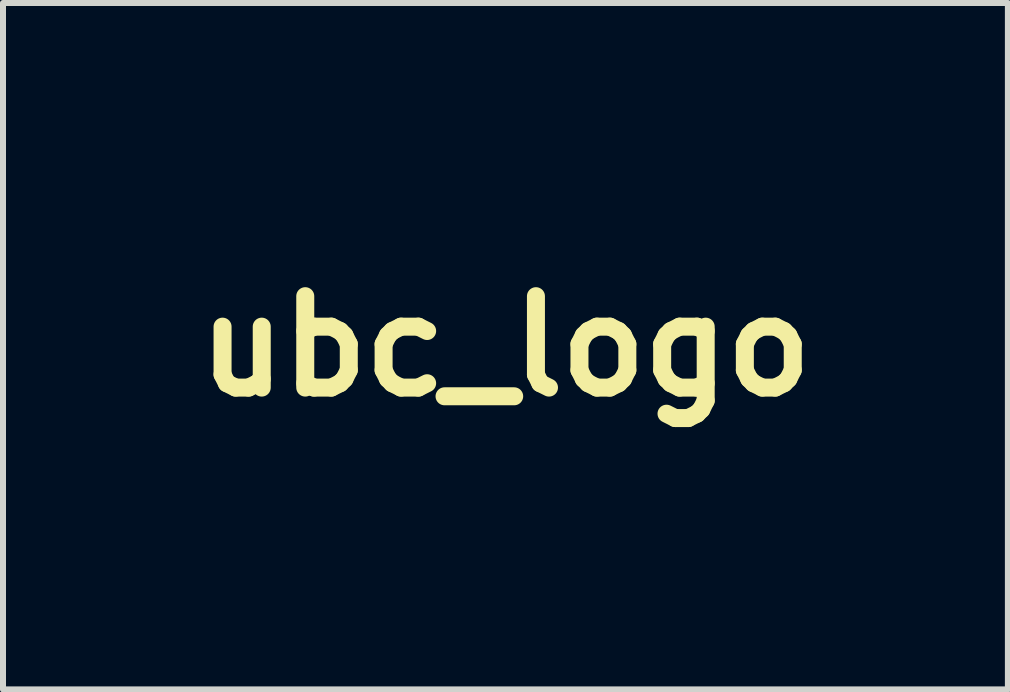
<source format=kicad_pcb>
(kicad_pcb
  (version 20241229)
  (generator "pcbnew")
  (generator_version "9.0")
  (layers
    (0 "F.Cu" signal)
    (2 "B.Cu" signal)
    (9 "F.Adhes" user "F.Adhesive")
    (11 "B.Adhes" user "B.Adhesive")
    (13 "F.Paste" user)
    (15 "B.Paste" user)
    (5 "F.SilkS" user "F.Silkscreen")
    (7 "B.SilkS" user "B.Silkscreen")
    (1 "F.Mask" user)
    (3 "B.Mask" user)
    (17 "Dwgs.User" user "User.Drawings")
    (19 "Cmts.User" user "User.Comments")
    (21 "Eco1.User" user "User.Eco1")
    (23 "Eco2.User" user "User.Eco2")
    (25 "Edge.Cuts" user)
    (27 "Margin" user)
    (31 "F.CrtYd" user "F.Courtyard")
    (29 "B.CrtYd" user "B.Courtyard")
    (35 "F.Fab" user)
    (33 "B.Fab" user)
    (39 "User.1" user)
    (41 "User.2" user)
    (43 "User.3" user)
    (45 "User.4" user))
  (footprint "ubc_logo"
    (layer "F.Cu")
    (at 5.378 2.723)
    (property "Reference" "ubc_logo" (at 0 0 0) (layer "F.SilkS") (effects (font (size 1.524 1.524) (thickness 0.3))))
    (attr through_hole)
    (fp_poly (pts (xy 0.24 -0.17) (xy 0.299 -0.151) (xy 0.33 -0.14) (xy 0.42 -0.115) (xy 0.508 -0.102) (xy 0.527 -0.102) (xy 0.577 -0.099) (xy 0.599 -0.085) (xy 0.594 -0.051) (xy 0.561 0.011) (xy 0.522 0.074) (xy 0.48 0.139) (xy 0.447 0.167) (xy 0.406 0.167) (xy 0.337 0.144) (xy 0.332 0.143) (xy 0.269 0.108) (xy 0.228 0.067) (xy 0.226 0.062) (xy 0.215 0.015) (xy 0.207 -0.051) (xy 0.204 -0.117) (xy 0.207 -0.165) (xy 0.213 -0.178) (xy 0.24 -0.17)) (stroke (width 0.01) (type solid)) (fill yes) (layer "F.Mask"))
    (fp_poly (pts (xy -0.211 -0.168) (xy -0.208 -0.14) (xy -0.212 -0.077) (xy -0.218 -0.03) (xy -0.231 0.048) (xy -0.253 0.093) (xy -0.295 0.121) (xy -0.334 0.138) (xy -0.4 0.163) (xy -0.445 0.177) (xy -0.452 0.178) (xy -0.474 0.158) (xy -0.512 0.107) (xy -0.54 0.062) (xy -0.579 -0.007) (xy -0.605 -0.06) (xy -0.61 -0.077) (xy -0.587 -0.094) (xy -0.533 -0.101) (xy -0.524 -0.102) (xy -0.444 -0.11) (xy -0.352 -0.132) (xy -0.329 -0.14) (xy -0.262 -0.161) (xy -0.219 -0.17) (xy -0.211 -0.168)) (stroke (width 0.01) (type solid)) (fill yes) (layer "F.Mask"))
    (fp_poly (pts (xy 1.197 -0.194) (xy 1.303 -0.171) (xy 1.365 -0.152) (xy 1.453 -0.125) (xy 1.53 -0.106) (xy 1.568 -0.102) (xy 1.601 -0.097) (xy 1.618 -0.076) (xy 1.625 -0.024) (xy 1.626 0.038) (xy 1.624 0.118) (xy 1.616 0.159) (xy 1.594 0.174) (xy 1.556 0.175) (xy 1.489 0.164) (xy 1.405 0.138) (xy 1.372 0.126) (xy 1.266 0.096) (xy 1.142 0.079) (xy 1.099 0.078) (xy 1.016 0.075) (xy 0.959 0.07) (xy 0.94 0.065) (xy 0.945 0.035) (xy 0.957 -0.027) (xy 0.967 -0.075) (xy 0.995 -0.203) (xy 1.108 -0.203) (xy 1.197 -0.194)) (stroke (width 0.01) (type solid)) (fill yes) (layer "F.Mask"))
    (fp_poly (pts (xy -1.036 -0.2) (xy -1.002 -0.183) (xy -0.986 -0.142) (xy -0.982 -0.121) (xy -0.966 -0.043) (xy -0.951 0.019) (xy -0.944 0.051) (xy -0.957 0.068) (xy -0.998 0.075) (xy -1.079 0.076) (xy -1.085 0.076) (xy -1.206 0.086) (xy -1.335 0.112) (xy -1.384 0.127) (xy -1.493 0.163) (xy -1.563 0.177) (xy -1.603 0.167) (xy -1.621 0.129) (xy -1.625 0.061) (xy -1.626 0.038) (xy -1.623 -0.043) (xy -1.613 -0.085) (xy -1.592 -0.1) (xy -1.578 -0.102) (xy -1.53 -0.109) (xy -1.452 -0.129) (xy -1.372 -0.152) (xy -1.269 -0.18) (xy -1.166 -0.198) (xy -1.105 -0.203) (xy -1.036 -0.2)) (stroke (width 0.01) (type solid)) (fill yes) (layer "F.Mask"))
    (fp_poly (pts (xy 1.285 -0.621) (xy 1.383 -0.594) (xy 1.476 -0.571) (xy 1.524 -0.561) (xy 1.576 -0.549) (xy 1.603 -0.528) (xy 1.615 -0.483) (xy 1.621 -0.412) (xy 1.624 -0.335) (xy 1.617 -0.296) (xy 1.595 -0.281) (xy 1.555 -0.279) (xy 1.49 -0.288) (xy 1.401 -0.309) (xy 1.333 -0.33) (xy 1.23 -0.359) (xy 1.123 -0.377) (xy 1.067 -0.381) (xy 0.974 -0.372) (xy 0.865 -0.349) (xy 0.8 -0.33) (xy 0.604 -0.288) (xy 0.407 -0.292) (xy 0.276 -0.323) (xy 0.207 -0.349) (xy 0.17 -0.377) (xy 0.153 -0.425) (xy 0.143 -0.491) (xy 0.137 -0.566) (xy 0.137 -0.619) (xy 0.141 -0.632) (xy 0.169 -0.631) (xy 0.232 -0.618) (xy 0.298 -0.598) (xy 0.474 -0.56) (xy 0.635 -0.564) (xy 0.76 -0.596) (xy 0.962 -0.646) (xy 1.152 -0.649) (xy 1.285 -0.621)) (stroke (width 0.01) (type solid)) (fill yes) (layer "F.Mask"))
    (fp_poly (pts (xy -0.918 -0.636) (xy -0.863 -0.621) (xy -0.727 -0.584) (xy -0.626 -0.562) (xy -0.548 -0.553) (xy -0.48 -0.556) (xy -0.408 -0.571) (xy -0.383 -0.577) (xy -0.27 -0.608) (xy -0.199 -0.625) (xy -0.16 -0.625) (xy -0.145 -0.605) (xy -0.145 -0.563) (xy -0.152 -0.504) (xy -0.162 -0.425) (xy -0.179 -0.38) (xy -0.217 -0.352) (xy -0.279 -0.326) (xy -0.453 -0.286) (xy -0.645 -0.293) (xy -0.809 -0.331) (xy -0.985 -0.372) (xy -1.144 -0.375) (xy -1.304 -0.342) (xy -1.34 -0.33) (xy -1.431 -0.302) (xy -1.514 -0.284) (xy -1.555 -0.279) (xy -1.597 -0.283) (xy -1.618 -0.301) (xy -1.625 -0.348) (xy -1.626 -0.406) (xy -1.623 -0.482) (xy -1.611 -0.522) (xy -1.582 -0.541) (xy -1.556 -0.548) (xy -1.494 -0.564) (xy -1.405 -0.59) (xy -1.335 -0.612) (xy -1.188 -0.649) (xy -1.057 -0.657) (xy -0.918 -0.636)) (stroke (width 0.01) (type solid)) (fill yes) (layer "F.Mask"))
    (fp_poly (pts (xy 1.457 -2.352) (xy 1.602 -2.309) (xy 1.586 -2.215) (xy 1.571 -2.129) (xy 1.554 -2.085) (xy 1.525 -2.076) (xy 1.474 -2.094) (xy 1.443 -2.108) (xy 1.299 -2.152) (xy 1.171 -2.151) (xy 1.062 -2.108) (xy 0.98 -2.028) (xy 0.929 -1.913) (xy 0.914 -1.792) (xy 0.933 -1.654) (xy 0.99 -1.549) (xy 1.074 -1.482) (xy 1.178 -1.45) (xy 1.303 -1.445) (xy 1.422 -1.466) (xy 1.475 -1.487) (xy 1.536 -1.511) (xy 1.574 -1.501) (xy 1.597 -1.452) (xy 1.608 -1.392) (xy 1.614 -1.335) (xy 1.603 -1.303) (xy 1.563 -1.281) (xy 1.503 -1.261) (xy 1.332 -1.22) (xy 1.182 -1.211) (xy 1.105 -1.219) (xy 0.938 -1.268) (xy 0.804 -1.355) (xy 0.704 -1.479) (xy 0.641 -1.637) (xy 0.635 -1.664) (xy 0.621 -1.84) (xy 0.65 -1.999) (xy 0.719 -2.136) (xy 0.821 -2.247) (xy 0.952 -2.328) (xy 1.107 -2.375) (xy 1.279 -2.384) (xy 1.457 -2.352)) (stroke (width 0.01) (type solid)) (fill yes) (layer "F.Mask"))
    (fp_poly (pts (xy -1.346 -2.006) (xy -1.344 -1.827) (xy -1.335 -1.691) (xy -1.319 -1.593) (xy -1.293 -1.526) (xy -1.255 -1.483) (xy -1.204 -1.457) (xy -1.189 -1.453) (xy -1.079 -1.444) (xy -0.978 -1.472) (xy -0.908 -1.526) (xy -0.891 -1.554) (xy -0.878 -1.593) (xy -0.87 -1.653) (xy -0.866 -1.74) (xy -0.864 -1.865) (xy -0.864 -1.971) (xy -0.864 -2.362) (xy -0.584 -2.362) (xy -0.585 -1.949) (xy -0.585 -1.793) (xy -0.588 -1.678) (xy -0.593 -1.596) (xy -0.601 -1.536) (xy -0.615 -1.491) (xy -0.634 -1.449) (xy -0.642 -1.435) (xy -0.727 -1.33) (xy -0.847 -1.26) (xy -1.002 -1.224) (xy -1.105 -1.219) (xy -1.23 -1.225) (xy -1.327 -1.246) (xy -1.398 -1.276) (xy -1.495 -1.343) (xy -1.563 -1.436) (xy -1.568 -1.447) (xy -1.59 -1.494) (xy -1.606 -1.542) (xy -1.616 -1.601) (xy -1.622 -1.679) (xy -1.625 -1.788) (xy -1.626 -1.936) (xy -1.626 -1.961) (xy -1.626 -2.362) (xy -1.346 -2.362) (xy -1.346 -2.006)) (stroke (width 0.01) (type solid)) (fill yes) (layer "F.Mask"))
    (fp_poly (pts (xy -0.944 -1.081) (xy -0.807 -1.051) (xy -0.775 -1.041) (xy -0.644 -1.004) (xy -0.533 -0.994) (xy -0.42 -1.011) (xy -0.315 -1.043) (xy -0.117 -1.087) (xy 0.09 -1.089) (xy 0.288 -1.05) (xy 0.311 -1.042) (xy 0.445 -1.004) (xy 0.561 -0.995) (xy 0.683 -1.016) (xy 0.762 -1.041) (xy 0.947 -1.083) (xy 1.146 -1.088) (xy 1.339 -1.056) (xy 1.384 -1.041) (xy 1.471 -1.014) (xy 1.544 -0.996) (xy 1.579 -0.991) (xy 1.606 -0.983) (xy 1.62 -0.953) (xy 1.625 -0.889) (xy 1.626 -0.851) (xy 1.623 -0.774) (xy 1.609 -0.729) (xy 1.576 -0.712) (xy 1.515 -0.721) (xy 1.417 -0.752) (xy 1.382 -0.765) (xy 1.172 -0.814) (xy 0.961 -0.813) (xy 0.768 -0.767) (xy 0.643 -0.729) (xy 0.541 -0.715) (xy 0.44 -0.725) (xy 0.318 -0.759) (xy 0.299 -0.766) (xy 0.102 -0.812) (xy -0.096 -0.813) (xy -0.307 -0.768) (xy -0.314 -0.766) (xy -0.432 -0.732) (xy -0.521 -0.716) (xy -0.601 -0.719) (xy -0.691 -0.74) (xy -0.769 -0.766) (xy -0.905 -0.801) (xy -1.045 -0.819) (xy -1.079 -0.82) (xy -1.213 -0.808) (xy -1.354 -0.777) (xy -1.39 -0.766) (xy -1.497 -0.73) (xy -1.566 -0.714) (xy -1.604 -0.722) (xy -1.621 -0.757) (xy -1.625 -0.822) (xy -1.626 -0.851) (xy -1.623 -0.932) (xy -1.613 -0.975) (xy -1.592 -0.99) (xy -1.579 -0.991) (xy -1.53 -0.999) (xy -1.453 -1.019) (xy -1.384 -1.041) (xy -1.253 -1.074) (xy -1.113 -1.091) (xy -1.079 -1.092) (xy -0.944 -1.081)) (stroke (width 0.01) (type solid)) (fill yes) (layer "F.Mask"))
    (fp_poly (pts (xy 0.069 -2.358) (xy 0.195 -2.343) (xy 0.288 -2.316) (xy 0.354 -2.273) (xy 0.393 -2.227) (xy 0.429 -2.138) (xy 0.436 -2.037) (xy 0.415 -1.945) (xy 0.385 -1.896) (xy 0.331 -1.839) (xy 0.407 -1.773) (xy 0.451 -1.727) (xy 0.474 -1.68) (xy 0.482 -1.611) (xy 0.483 -1.564) (xy 0.474 -1.461) (xy 0.444 -1.387) (xy 0.381 -1.327) (xy 0.3 -1.28) (xy 0.245 -1.262) (xy 0.157 -1.246) (xy 0.049 -1.233) (xy -0.067 -1.224) (xy -0.179 -1.218) (xy -0.274 -1.219) (xy -0.34 -1.225) (xy -0.362 -1.233) (xy -0.368 -1.264) (xy -0.372 -1.337) (xy -0.376 -1.446) (xy -0.379 -1.573) (xy -0.102 -1.573) (xy -0.102 -1.418) (xy 0.019 -1.434) (xy 0.102 -1.454) (xy 0.17 -1.484) (xy 0.187 -1.498) (xy 0.224 -1.559) (xy 0.216 -1.619) (xy 0.17 -1.672) (xy 0.092 -1.71) (xy -0.011 -1.727) (xy -0.029 -1.727) (xy -0.069 -1.725) (xy -0.091 -1.71) (xy -0.1 -1.671) (xy -0.102 -1.596) (xy -0.102 -1.573) (xy -0.379 -1.573) (xy -0.379 -1.582) (xy -0.381 -1.74) (xy -0.381 -1.808) (xy -0.381 -2.049) (xy -0.102 -2.049) (xy -0.098 -1.978) (xy -0.091 -1.932) (xy -0.087 -1.924) (xy -0.05 -1.915) (xy 0.014 -1.921) (xy 0.084 -1.938) (xy 0.126 -1.955) (xy 0.168 -2.001) (xy 0.176 -2.063) (xy 0.149 -2.117) (xy 0.129 -2.133) (xy 0.07 -2.151) (xy -0.007 -2.159) (xy -0.011 -2.159) (xy -0.067 -2.156) (xy -0.094 -2.139) (xy -0.101 -2.094) (xy -0.102 -2.049) (xy -0.381 -2.049) (xy -0.381 -2.362) (xy -0.101 -2.362) (xy 0.069 -2.358)) (stroke (width 0.01) (type solid)) (fill yes) (layer "F.Mask"))
    (fp_poly (pts (xy 1.975 -0.997) (xy 1.973 -0.659) (xy 1.971 -0.368) (xy 1.97 -0.12) (xy 1.968 0.09) (xy 1.966 0.265) (xy 1.963 0.409) (xy 1.96 0.527) (xy 1.956 0.622) (xy 1.951 0.698) (xy 1.945 0.759) (xy 1.938 0.81) (xy 1.93 0.855) (xy 1.92 0.897) (xy 1.909 0.939) (xy 1.797 1.269) (xy 1.642 1.571) (xy 1.447 1.844) (xy 1.212 2.087) (xy 0.938 2.299) (xy 0.627 2.478) (xy 0.28 2.623) (xy 0.182 2.656) (xy 0.092 2.685) (xy 0.024 2.706) (xy -0.01 2.717) (xy -0.012 2.717) (xy -0.035 2.709) (xy -0.095 2.689) (xy -0.182 2.659) (xy -0.24 2.64) (xy -0.596 2.497) (xy -0.912 2.323) (xy -1.188 2.118) (xy -1.424 1.881) (xy -1.622 1.612) (xy -1.781 1.31) (xy -1.902 0.975) (xy -1.945 0.813) (xy -1.954 0.77) (xy -1.961 0.72) (xy -1.968 0.661) (xy -1.974 0.587) (xy -1.979 0.495) (xy -1.983 0.381) (xy -1.987 0.241) (xy -1.99 0.071) (xy -1.992 -0.134) (xy -1.995 -0.377) (xy -1.997 -0.662) (xy -1.999 -0.993) (xy -2 -1.048) (xy -2.009 -2.54) (xy -1.829 -2.54) (xy -1.829 -1.048) (xy -1.828 -0.716) (xy -1.828 -0.43) (xy -1.826 -0.187) (xy -1.824 0.017) (xy -1.821 0.188) (xy -1.817 0.328) (xy -1.813 0.443) (xy -1.807 0.536) (xy -1.8 0.611) (xy -1.792 0.673) (xy -1.791 0.678) (xy -1.713 1.011) (xy -1.594 1.316) (xy -1.432 1.593) (xy -1.229 1.841) (xy -0.984 2.06) (xy -0.698 2.25) (xy -0.37 2.411) (xy -0.011 2.539) (xy 0.013 2.532) (xy 0.071 2.514) (xy 0.153 2.487) (xy 0.155 2.487) (xy 0.408 2.388) (xy 0.656 2.264) (xy 0.887 2.121) (xy 1.087 1.967) (xy 1.196 1.864) (xy 1.35 1.691) (xy 1.47 1.53) (xy 1.567 1.364) (xy 1.649 1.177) (xy 1.694 1.054) (xy 1.72 0.973) (xy 1.743 0.891) (xy 1.763 0.806) (xy 1.779 0.713) (xy 1.792 0.607) (xy 1.803 0.484) (xy 1.812 0.339) (xy 1.818 0.168) (xy 1.822 -0.033) (xy 1.825 -0.27) (xy 1.827 -0.545) (xy 1.828 -0.864) (xy 1.828 -1.086) (xy 1.829 -2.54) (xy -1.829 -2.54) (xy -2.009 -2.54) (xy -2.01 -2.718) (xy 1.983 -2.718) (xy 1.975 -0.997)) (stroke (width 0.01) (type solid)) (fill yes) (layer "F.Mask"))
    (fp_poly (pts (xy 0.003 -0.672) (xy 0.011 -0.642) (xy 0.021 -0.587) (xy 0.034 -0.504) (xy 0.051 -0.388) (xy 0.073 -0.234) (xy 0.1 -0.037) (xy 0.116 0.084) (xy 0.141 0.265) (xy 0.165 0.428) (xy 0.187 0.566) (xy 0.205 0.673) (xy 0.219 0.743) (xy 0.228 0.77) (xy 0.229 0.769) (xy 0.246 0.743) (xy 0.286 0.679) (xy 0.344 0.584) (xy 0.417 0.463) (xy 0.501 0.324) (xy 0.571 0.208) (xy 0.66 0.06) (xy 0.74 -0.071) (xy 0.808 -0.182) (xy 0.86 -0.264) (xy 0.893 -0.313) (xy 0.902 -0.325) (xy 0.899 -0.299) (xy 0.886 -0.231) (xy 0.863 -0.127) (xy 0.834 0.006) (xy 0.799 0.161) (xy 0.773 0.277) (xy 0.735 0.444) (xy 0.702 0.593) (xy 0.675 0.718) (xy 0.655 0.812) (xy 0.645 0.868) (xy 0.644 0.881) (xy 0.654 0.879) (xy 0.676 0.863) (xy 0.715 0.829) (xy 0.776 0.773) (xy 0.861 0.692) (xy 0.975 0.582) (xy 1.108 0.453) (xy 1.196 0.369) (xy 1.272 0.298) (xy 1.327 0.25) (xy 1.354 0.229) (xy 1.355 0.229) (xy 1.359 0.231) (xy 1.359 0.243) (xy 1.351 0.27) (xy 1.334 0.316) (xy 1.306 0.388) (xy 1.264 0.49) (xy 1.207 0.628) (xy 1.133 0.808) (xy 1.132 0.809) (xy 1.085 0.927) (xy 1.049 1.023) (xy 1.026 1.091) (xy 1.02 1.123) (xy 1.023 1.124) (xy 1.12 1.05) (xy 1.225 0.971) (xy 1.33 0.895) (xy 1.427 0.825) (xy 1.508 0.769) (xy 1.565 0.731) (xy 1.59 0.718) (xy 1.59 0.718) (xy 1.587 0.747) (xy 1.565 0.812) (xy 1.529 0.904) (xy 1.481 1.014) (xy 1.427 1.133) (xy 1.369 1.251) (xy 1.366 1.257) (xy 1.23 1.491) (xy 1.075 1.689) (xy 0.89 1.861) (xy 0.668 2.015) (xy 0.574 2.069) (xy 0.481 2.118) (xy 0.372 2.169) (xy 0.258 2.219) (xy 0.151 2.262) (xy 0.063 2.294) (xy 0.005 2.309) (xy -0.004 2.31) (xy -0.044 2.301) (xy -0.115 2.278) (xy -0.191 2.25) (xy -0.498 2.115) (xy -0.76 1.963) (xy -0.98 1.791) (xy -1.163 1.598) (xy -1.236 1.499) (xy -1.288 1.415) (xy -1.347 1.31) (xy -1.407 1.192) (xy -1.466 1.071) (xy -1.518 0.955) (xy -1.561 0.854) (xy -1.588 0.776) (xy -1.597 0.73) (xy -1.595 0.723) (xy -1.571 0.733) (xy -1.516 0.769) (xy -1.435 0.825) (xy -1.337 0.896) (xy -1.31 0.916) (xy -1.209 0.991) (xy -1.124 1.052) (xy -1.061 1.094) (xy -1.029 1.112) (xy -1.027 1.111) (xy -1.033 1.086) (xy -1.056 1.021) (xy -1.093 0.925) (xy -1.141 0.804) (xy -1.195 0.674) (xy -1.251 0.538) (xy -1.299 0.418) (xy -1.335 0.323) (xy -1.357 0.26) (xy -1.362 0.236) (xy -1.341 0.249) (xy -1.29 0.293) (xy -1.214 0.362) (xy -1.12 0.451) (xy -1.012 0.554) (xy -1.005 0.561) (xy -0.897 0.665) (xy -0.802 0.755) (xy -0.725 0.825) (xy -0.673 0.871) (xy -0.651 0.887) (xy -0.651 0.886) (xy -0.654 0.86) (xy -0.667 0.791) (xy -0.689 0.686) (xy -0.718 0.553) (xy -0.753 0.399) (xy -0.778 0.292) (xy -0.816 0.127) (xy -0.849 -0.022) (xy -0.876 -0.147) (xy -0.896 -0.242) (xy -0.906 -0.298) (xy -0.907 -0.312) (xy -0.893 -0.296) (xy -0.857 -0.242) (xy -0.802 -0.156) (xy -0.731 -0.043) (xy -0.649 0.091) (xy -0.574 0.216) (xy -0.484 0.365) (xy -0.402 0.499) (xy -0.332 0.611) (xy -0.278 0.696) (xy -0.242 0.748) (xy -0.23 0.762) (xy -0.222 0.738) (xy -0.209 0.67) (xy -0.192 0.564) (xy -0.17 0.426) (xy -0.147 0.264) (xy -0.121 0.083) (xy -0.116 0.044) (xy -0.091 -0.14) (xy -0.068 -0.308) (xy -0.047 -0.453) (xy -0.03 -0.567) (xy -0.018 -0.646) (xy -0.011 -0.682) (xy -0.01 -0.683) (xy -0.004 -0.685) (xy 0.003 -0.672)) (stroke (width 0.01) (type solid)) (fill yes) (layer "F.Mask")))
  (gr_rect
    (start -3 -3)
    (end 13.755 8.445)
    (stroke (width 0.1) (type default))
    (fill no)
    (layer "Edge.Cuts")))
</source>
